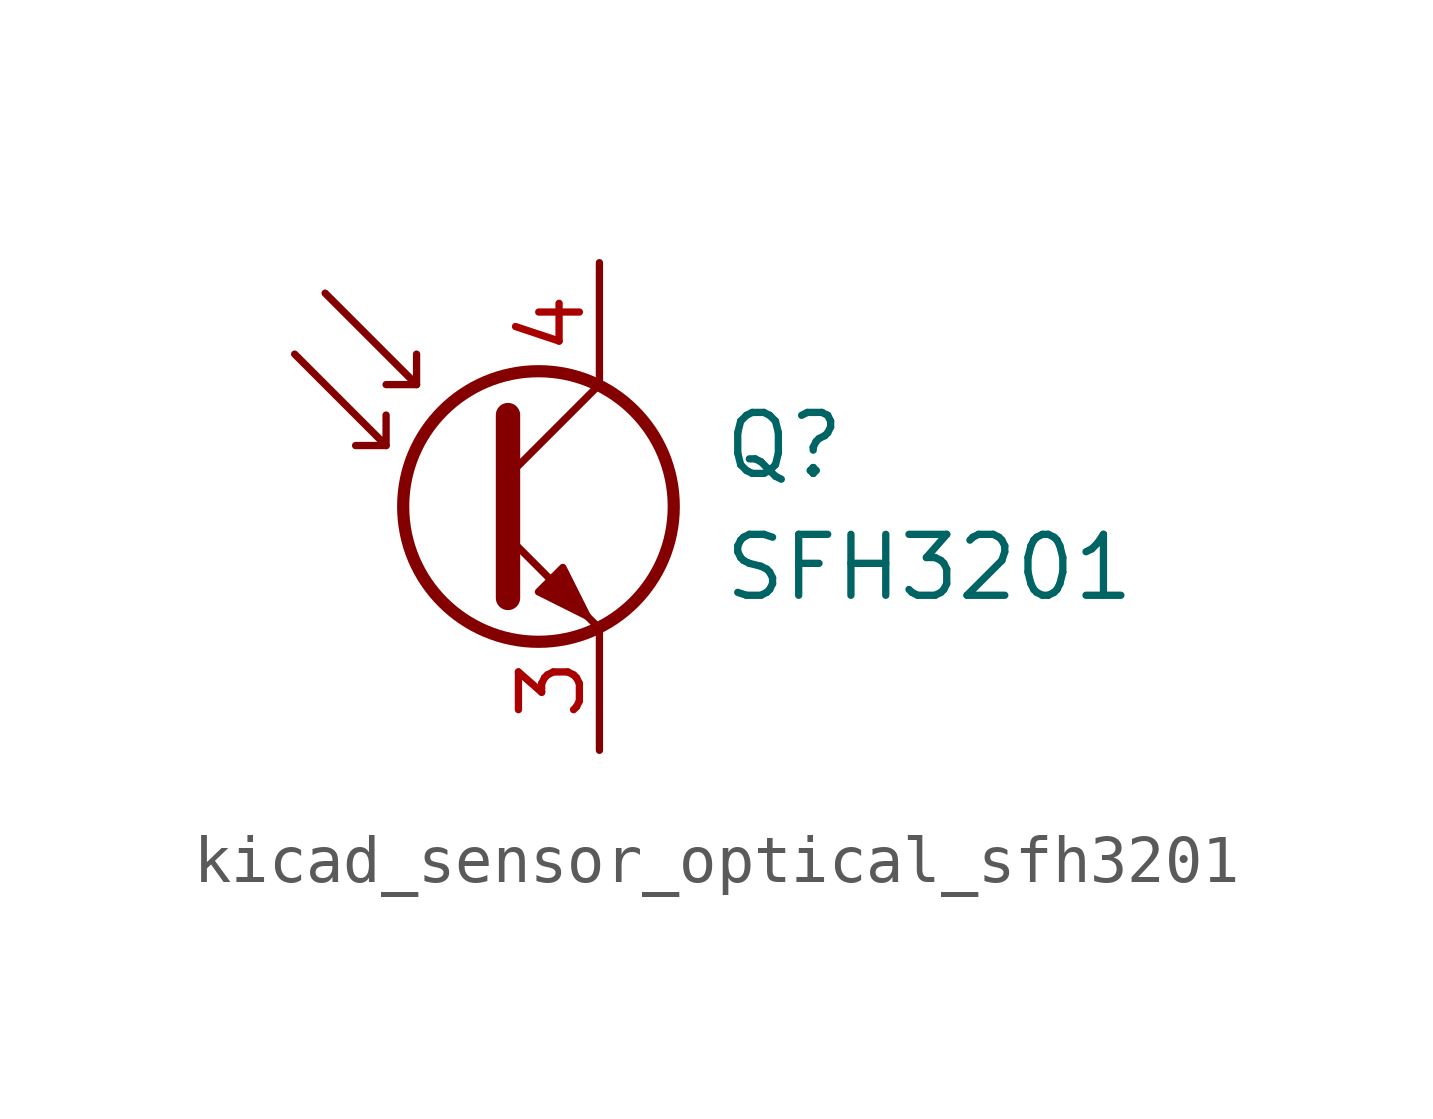
<source format=kicad_sym>
(kicad_symbol_lib
  (version 20220914)
  (generator kicad_symbol_editor)
  (symbol "kicad_sensor_optical_sfh3201"
    (pin_names hide)
    (property "Reference" "Q"
      (at 2.54 1.27 0)
      (effects (font (size 1.27 1.27)) (justify left)))
    (property "Value" "SFH3201"
      (at 2.54 -1.27 0)
      (effects (font (size 1.27 1.27)) (justify left)))
    (symbol "kicad_sensor_optical_sfh3201_0_1"
      (circle (center -1.27 0) (radius 2.819) (stroke (width 0.254) (type default)) (fill (type none)))
      (polyline (pts (xy -4.445 1.27) (xy -5.08 1.27)) (stroke (width 0) (type default)) (fill (type none)))
      (polyline (pts (xy -3.81 2.54) (xy -4.445 2.54)) (stroke (width 0) (type default)) (fill (type none)))
      (polyline (pts (xy -1.905 0.635) (xy 0 2.54)) (stroke (width 0) (type default)) (fill (type none)))
      (polyline (pts (xy -6.35 3.175) (xy -4.445 1.27) (xy -4.445 1.905)) (stroke (width 0) (type default)) (fill (type none)))
      (polyline (pts (xy -5.715 4.445) (xy -3.81 2.54) (xy -3.81 3.175)) (stroke (width 0) (type default)) (fill (type none)))
      (polyline (pts (xy -1.905 -0.635) (xy 0 -2.54) (xy 0 -2.54)) (stroke (width 0) (type default)) (fill (type none)))
      (polyline (pts (xy -1.905 1.905) (xy -1.905 -1.905) (xy -1.905 -1.905)) (stroke (width 0.508) (type default)) (fill (type none)))
      (polyline (pts (xy -1.27 -1.778) (xy -0.762 -1.27) (xy -0.254 -2.286) (xy -1.27 -1.778) (xy -1.27 -1.778)) (stroke (width 0) (type default)) (fill (type outline))))
    (symbol "kicad_sensor_optical_sfh3201_1_1"
      (pin passive line (at 0 -5.08 90) (length 2.54) (name "E" (effects (font (size 1.27 1.27)))) (number "3" (effects (font (size 1.27 1.27)))))
      (pin passive line (at 0 5.08 270) (length 2.54) (name "C" (effects (font (size 1.27 1.27)))) (number "4" (effects (font (size 1.27 1.27))))))))
</source>
